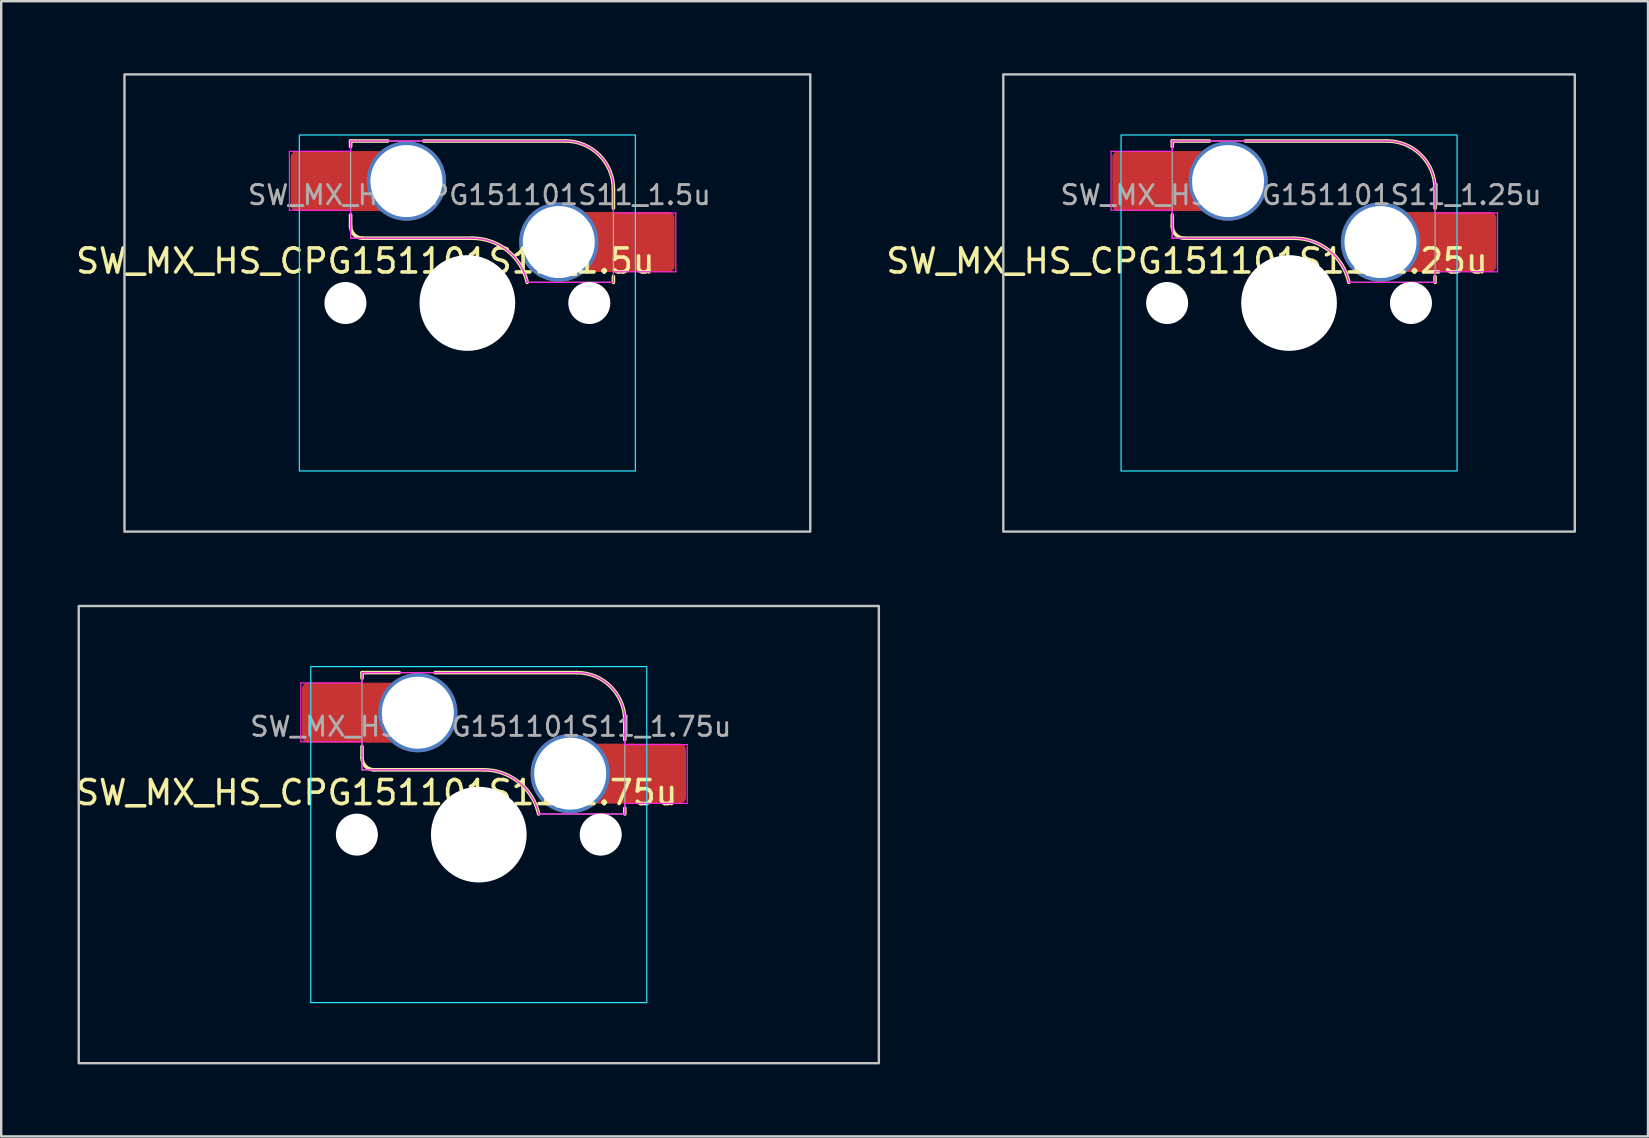
<source format=kicad_pcb>
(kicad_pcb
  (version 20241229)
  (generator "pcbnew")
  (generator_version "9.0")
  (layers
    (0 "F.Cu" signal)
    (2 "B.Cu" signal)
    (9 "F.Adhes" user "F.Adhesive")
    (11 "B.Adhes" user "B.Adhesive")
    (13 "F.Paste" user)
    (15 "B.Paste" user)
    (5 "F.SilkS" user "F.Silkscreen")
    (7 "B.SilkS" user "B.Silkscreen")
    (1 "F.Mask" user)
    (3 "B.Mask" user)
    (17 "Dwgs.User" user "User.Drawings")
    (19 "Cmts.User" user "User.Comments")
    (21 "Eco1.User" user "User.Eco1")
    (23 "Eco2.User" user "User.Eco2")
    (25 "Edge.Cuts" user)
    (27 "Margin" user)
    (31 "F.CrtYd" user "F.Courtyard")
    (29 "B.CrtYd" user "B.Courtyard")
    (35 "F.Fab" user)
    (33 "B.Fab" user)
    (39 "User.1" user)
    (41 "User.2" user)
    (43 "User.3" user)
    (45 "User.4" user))
  (footprint "SW_MX_HS_CPG151101S11_1.25u"
    (layer "F.Cu")
    (at 50.659 9.575)
    (property "Reference" "SW_MX_HS_CPG151101S11_1.25u" (at -4.25 -1.75 0) (layer "F.SilkS") (effects (font (size 1 1) (thickness 0.15))))
    (attr smd)
    (fp_line (start -4.865 -6.75) (end -4.865 -6.52) (stroke (width 0.15) (type solid)) (layer "F.SilkS"))
    (fp_line (start -4.865 -3.67) (end -4.865 -3.2) (stroke (width 0.15) (type solid)) (layer "F.SilkS"))
    (fp_line (start -4.365 -2.7) (end 0.2 -2.7) (stroke (width 0.15) (type solid)) (layer "F.SilkS"))
    (fp_line (start -3.315 -6.75) (end -4.865 -6.75) (stroke (width 0.15) (type solid)) (layer "F.SilkS"))
    (fp_line (start 4.085 -6.75) (end -1.815 -6.75) (stroke (width 0.15) (type solid)) (layer "F.SilkS"))
    (fp_line (start 6.085 -3.95) (end 6.085 -4.75) (stroke (width 0.15) (type solid)) (layer "F.SilkS"))
    (fp_line (start 6.085 -1.1) (end 6.085 -0.86) (stroke (width 0.15) (type solid)) (layer "F.SilkS"))
    (fp_arc (start -4.364824 -2.70022) (mid -4.718377 -2.846667) (end -4.864824 -3.20022) (stroke (width 0.15) (type solid)) (layer "F.SilkS"))
    (fp_arc (start 0.2 -2.70022) (mid 1.670693 -2.183637) (end 2.494322 -0.86022) (stroke (width 0.15) (type solid)) (layer "F.SilkS"))
    (fp_arc (start 4.085176 -6.75022) (mid 5.49939 -6.164434) (end 6.085176 -4.75022) (stroke (width 0.15) (type solid)) (layer "F.SilkS"))
    (fp_rect (start -11.906 -9.525) (end 11.906 9.525) (stroke (width 0.1) (type default)) (fill no) (layer "Dwgs.User"))
    (fp_line (start -7 -6.5) (end -7 6.5) (stroke (width 0.05) (type solid)) (layer "Eco2.User"))
    (fp_line (start -6.5 7) (end 6.5 7) (stroke (width 0.05) (type solid)) (layer "Eco2.User"))
    (fp_line (start 6.5 -7) (end -6.5 -7) (stroke (width 0.05) (type solid)) (layer "Eco2.User"))
    (fp_line (start 7 6.5) (end 7 -6.5) (stroke (width 0.05) (type solid)) (layer "Eco2.User"))
    (fp_arc (start -7 -6.5) (mid -6.853553 -6.853553) (end -6.5 -7) (stroke (width 0.05) (type solid)) (layer "Eco2.User"))
    (fp_arc (start -6.497236 6.998884) (mid -6.850789 6.852437) (end -6.997236 6.498884) (stroke (width 0.05) (type solid)) (layer "Eco2.User"))
    (fp_arc (start 6.5 -7) (mid 6.853553 -6.853553) (end 7 -6.5) (stroke (width 0.05) (type solid)) (layer "Eco2.User"))
    (fp_arc (start 7 6.5) (mid 6.853553 6.853553) (end 6.5 7) (stroke (width 0.05) (type solid)) (layer "Eco2.User"))
    (fp_rect (start -7 -7) (end 7 7) (stroke (width 0.05) (type default)) (fill no) (layer "B.CrtYd"))
    (fp_line (start -7.415 -6.32) (end -4.865 -6.32) (stroke (width 0.05) (type solid)) (layer "F.CrtYd"))
    (fp_line (start -7.415 -3.87) (end -7.415 -6.32) (stroke (width 0.05) (type solid)) (layer "F.CrtYd"))
    (fp_line (start -4.865 -6.75) (end -4.865 -6.32) (stroke (width 0.05) (type solid)) (layer "F.CrtYd"))
    (fp_line (start -4.865 -3.87) (end -7.415 -3.87) (stroke (width 0.05) (type solid)) (layer "F.CrtYd"))
    (fp_line (start -4.865 -3.87) (end -4.865 -2.7) (stroke (width 0.05) (type solid)) (layer "F.CrtYd"))
    (fp_line (start -4.865 -2.7) (end 0.2 -2.7) (stroke (width 0.05) (type solid)) (layer "F.CrtYd"))
    (fp_line (start 4.085 -6.75) (end -4.865 -6.75) (stroke (width 0.05) (type solid)) (layer "F.CrtYd"))
    (fp_line (start 6.085 -3.75) (end 6.085 -4.75) (stroke (width 0.05) (type solid)) (layer "F.CrtYd"))
    (fp_line (start 6.085 -3.75) (end 8.685 -3.75) (stroke (width 0.05) (type solid)) (layer "F.CrtYd"))
    (fp_line (start 6.085 -1.3) (end 6.085 -0.86) (stroke (width 0.05) (type solid)) (layer "F.CrtYd"))
    (fp_line (start 6.085 -0.86) (end 2.494 -0.86) (stroke (width 0.05) (type solid)) (layer "F.CrtYd"))
    (fp_line (start 8.685 -3.75) (end 8.685 -1.3) (stroke (width 0.05) (type solid)) (layer "F.CrtYd"))
    (fp_line (start 8.685 -1.3) (end 6.085 -1.3) (stroke (width 0.05) (type solid)) (layer "F.CrtYd"))
    (fp_arc (start 0.2 -2.70022) (mid 1.670503 -2.183399) (end 2.494322 -0.86022) (stroke (width 0.05) (type solid)) (layer "F.CrtYd"))
    (fp_arc (start 4.085176 -6.75022) (mid 5.49939 -6.164434) (end 6.085176 -4.75022) (stroke (width 0.05) (type solid)) (layer "F.CrtYd"))
    (fp_line (start -4.865 -6.75) (end -4.865 -2.7) (stroke (width 0.05) (type solid)) (layer "F.Fab"))
    (fp_line (start -4.865 -2.7) (end 0.2 -2.7) (stroke (width 0.05) (type solid)) (layer "F.Fab"))
    (fp_line (start 4.085 -6.75) (end -4.865 -6.75) (stroke (width 0.05) (type solid)) (layer "F.Fab"))
    (fp_line (start 6.085 -0.86) (end 2.494 -0.86) (stroke (width 0.05) (type solid)) (layer "F.Fab"))
    (fp_line (start 6.085 -0.86) (end 6.085 -4.75) (stroke (width 0.05) (type solid)) (layer "F.Fab"))
    (fp_arc (start 0.2 -2.70022) (mid 1.670503 -2.183399) (end 2.494322 -0.86022) (stroke (width 0.05) (type solid)) (layer "F.Fab"))
    (fp_arc (start 4.085176 -6.75022) (mid 5.49939 -6.164434) (end 6.085176 -4.75022) (stroke (width 0.05) (type solid)) (layer "F.Fab"))
    (fp_text user "${REFERENCE}" (at 0.5 -4.5 0) (layer "F.Fab") (effects (font (size 0.8 0.8) (thickness 0.12))))
    (pad "" np_thru_hole circle (at -5.08 0) (size 1.75 1.75) (drill 1.75) (layers "*.Cu" "*.Mask"))
    (pad "" np_thru_hole circle (at 0 0) (size 3.988 3.988) (drill 3.988) (layers "*.Cu" "*.Mask"))
    (pad "" np_thru_hole circle (at 5.08 0) (size 1.75 1.75) (drill 1.75) (layers "*.Cu" "*.Mask"))
    (pad "1" thru_hole circle (at 3.81 -2.54) (size 3.3 3.3) (drill 3) (property pad_prop_mechanical) (layers "*.Cu" "*.Mask"))
    (pad "1" smd rect (at 5.635 -2.54 180) (size 1.65 2.5) (layers "F.Cu"))
    (pad "1" smd roundrect (at 7.36 -2.54) (size 2.55 2.5) (layers "F.Cu" "F.Mask" "F.Paste") (roundrect_rratio 0.1))
    (pad "2" smd roundrect (at -6.09 -5.08) (size 2.55 2.5) (layers "F.Cu" "F.Mask" "F.Paste") (roundrect_rratio 0.1))
    (pad "2" smd rect (at -4.34 -5.08) (size 1.65 2.5) (layers "F.Cu"))
    (pad "2" thru_hole circle (at -2.54 -5.08) (size 3.3 3.3) (drill 3) (property pad_prop_mechanical) (layers "*.Cu" "*.Mask")))
  (footprint "SW_MX_HS_CPG151101S11_1.5u"
    (layer "F.Cu")
    (at 16.423 9.575)
    (property "Reference" "SW_MX_HS_CPG151101S11_1.5u" (at -4.25 -1.75 0) (layer "F.SilkS") (effects (font (size 1 1) (thickness 0.15))))
    (attr smd)
    (fp_line (start -4.865 -6.75) (end -4.865 -6.52) (stroke (width 0.15) (type solid)) (layer "F.SilkS"))
    (fp_line (start -4.865 -3.67) (end -4.865 -3.2) (stroke (width 0.15) (type solid)) (layer "F.SilkS"))
    (fp_line (start -4.365 -2.7) (end 0.2 -2.7) (stroke (width 0.15) (type solid)) (layer "F.SilkS"))
    (fp_line (start -3.315 -6.75) (end -4.865 -6.75) (stroke (width 0.15) (type solid)) (layer "F.SilkS"))
    (fp_line (start 4.085 -6.75) (end -1.815 -6.75) (stroke (width 0.15) (type solid)) (layer "F.SilkS"))
    (fp_line (start 6.085 -3.95) (end 6.085 -4.75) (stroke (width 0.15) (type solid)) (layer "F.SilkS"))
    (fp_line (start 6.085 -1.1) (end 6.085 -0.86) (stroke (width 0.15) (type solid)) (layer "F.SilkS"))
    (fp_arc (start -4.364824 -2.70022) (mid -4.718377 -2.846667) (end -4.864824 -3.20022) (stroke (width 0.15) (type solid)) (layer "F.SilkS"))
    (fp_arc (start 0.2 -2.70022) (mid 1.670693 -2.183637) (end 2.494322 -0.86022) (stroke (width 0.15) (type solid)) (layer "F.SilkS"))
    (fp_arc (start 4.085176 -6.75022) (mid 5.49939 -6.164434) (end 6.085176 -4.75022) (stroke (width 0.15) (type solid)) (layer "F.SilkS"))
    (fp_rect (start -14.287 -9.525) (end 14.287 9.525) (stroke (width 0.1) (type default)) (fill no) (layer "Dwgs.User"))
    (fp_line (start -7 -6.5) (end -7 6.5) (stroke (width 0.05) (type solid)) (layer "Eco2.User"))
    (fp_line (start -6.5 7) (end 6.5 7) (stroke (width 0.05) (type solid)) (layer "Eco2.User"))
    (fp_line (start 6.5 -7) (end -6.5 -7) (stroke (width 0.05) (type solid)) (layer "Eco2.User"))
    (fp_line (start 7 6.5) (end 7 -6.5) (stroke (width 0.05) (type solid)) (layer "Eco2.User"))
    (fp_arc (start -7 -6.5) (mid -6.853553 -6.853553) (end -6.5 -7) (stroke (width 0.05) (type solid)) (layer "Eco2.User"))
    (fp_arc (start -6.497236 6.998884) (mid -6.850789 6.852437) (end -6.997236 6.498884) (stroke (width 0.05) (type solid)) (layer "Eco2.User"))
    (fp_arc (start 6.5 -7) (mid 6.853553 -6.853553) (end 7 -6.5) (stroke (width 0.05) (type solid)) (layer "Eco2.User"))
    (fp_arc (start 7 6.5) (mid 6.853553 6.853553) (end 6.5 7) (stroke (width 0.05) (type solid)) (layer "Eco2.User"))
    (fp_rect (start -7 -7) (end 7 7) (stroke (width 0.05) (type default)) (fill no) (layer "B.CrtYd"))
    (fp_line (start -7.415 -6.32) (end -4.865 -6.32) (stroke (width 0.05) (type solid)) (layer "F.CrtYd"))
    (fp_line (start -7.415 -3.87) (end -7.415 -6.32) (stroke (width 0.05) (type solid)) (layer "F.CrtYd"))
    (fp_line (start -4.865 -6.75) (end -4.865 -6.32) (stroke (width 0.05) (type solid)) (layer "F.CrtYd"))
    (fp_line (start -4.865 -3.87) (end -7.415 -3.87) (stroke (width 0.05) (type solid)) (layer "F.CrtYd"))
    (fp_line (start -4.865 -3.87) (end -4.865 -2.7) (stroke (width 0.05) (type solid)) (layer "F.CrtYd"))
    (fp_line (start -4.865 -2.7) (end 0.2 -2.7) (stroke (width 0.05) (type solid)) (layer "F.CrtYd"))
    (fp_line (start 4.085 -6.75) (end -4.865 -6.75) (stroke (width 0.05) (type solid)) (layer "F.CrtYd"))
    (fp_line (start 6.085 -3.75) (end 6.085 -4.75) (stroke (width 0.05) (type solid)) (layer "F.CrtYd"))
    (fp_line (start 6.085 -3.75) (end 8.685 -3.75) (stroke (width 0.05) (type solid)) (layer "F.CrtYd"))
    (fp_line (start 6.085 -1.3) (end 6.085 -0.86) (stroke (width 0.05) (type solid)) (layer "F.CrtYd"))
    (fp_line (start 6.085 -0.86) (end 2.494 -0.86) (stroke (width 0.05) (type solid)) (layer "F.CrtYd"))
    (fp_line (start 8.685 -3.75) (end 8.685 -1.3) (stroke (width 0.05) (type solid)) (layer "F.CrtYd"))
    (fp_line (start 8.685 -1.3) (end 6.085 -1.3) (stroke (width 0.05) (type solid)) (layer "F.CrtYd"))
    (fp_arc (start 0.2 -2.70022) (mid 1.670503 -2.183399) (end 2.494322 -0.86022) (stroke (width 0.05) (type solid)) (layer "F.CrtYd"))
    (fp_arc (start 4.085176 -6.75022) (mid 5.49939 -6.164434) (end 6.085176 -4.75022) (stroke (width 0.05) (type solid)) (layer "F.CrtYd"))
    (fp_line (start -4.865 -6.75) (end -4.865 -2.7) (stroke (width 0.05) (type solid)) (layer "F.Fab"))
    (fp_line (start -4.865 -2.7) (end 0.2 -2.7) (stroke (width 0.05) (type solid)) (layer "F.Fab"))
    (fp_line (start 4.085 -6.75) (end -4.865 -6.75) (stroke (width 0.05) (type solid)) (layer "F.Fab"))
    (fp_line (start 6.085 -0.86) (end 2.494 -0.86) (stroke (width 0.05) (type solid)) (layer "F.Fab"))
    (fp_line (start 6.085 -0.86) (end 6.085 -4.75) (stroke (width 0.05) (type solid)) (layer "F.Fab"))
    (fp_arc (start 0.2 -2.70022) (mid 1.670503 -2.183399) (end 2.494322 -0.86022) (stroke (width 0.05) (type solid)) (layer "F.Fab"))
    (fp_arc (start 4.085176 -6.75022) (mid 5.49939 -6.164434) (end 6.085176 -4.75022) (stroke (width 0.05) (type solid)) (layer "F.Fab"))
    (fp_text user "${REFERENCE}" (at 0.5 -4.5 0) (layer "F.Fab") (effects (font (size 0.8 0.8) (thickness 0.12))))
    (pad "" np_thru_hole circle (at -5.08 0) (size 1.75 1.75) (drill 1.75) (layers "*.Cu" "*.Mask"))
    (pad "" np_thru_hole circle (at 0 0) (size 3.988 3.988) (drill 3.988) (layers "*.Cu" "*.Mask"))
    (pad "" np_thru_hole circle (at 5.08 0) (size 1.75 1.75) (drill 1.75) (layers "*.Cu" "*.Mask"))
    (pad "1" thru_hole circle (at 3.81 -2.54) (size 3.3 3.3) (drill 3) (property pad_prop_mechanical) (layers "*.Cu" "*.Mask"))
    (pad "1" smd rect (at 5.635 -2.54 180) (size 1.65 2.5) (layers "F.Cu"))
    (pad "1" smd roundrect (at 7.36 -2.54) (size 2.55 2.5) (layers "F.Cu" "F.Mask" "F.Paste") (roundrect_rratio 0.1))
    (pad "2" smd roundrect (at -6.09 -5.08) (size 2.55 2.5) (layers "F.Cu" "F.Mask" "F.Paste") (roundrect_rratio 0.1))
    (pad "2" smd rect (at -4.34 -5.08) (size 1.65 2.5) (layers "F.Cu"))
    (pad "2" thru_hole circle (at -2.54 -5.08) (size 3.3 3.3) (drill 3) (property pad_prop_mechanical) (layers "*.Cu" "*.Mask")))
  (footprint "SW_MX_HS_CPG151101S11_1.75u"
    (layer "F.Cu")
    (at 16.899 31.725)
    (property "Reference" "SW_MX_HS_CPG151101S11_1.75u" (at -4.25 -1.75 0) (layer "F.SilkS") (effects (font (size 1 1) (thickness 0.15))))
    (attr smd)
    (fp_line (start -4.865 -6.75) (end -4.865 -6.52) (stroke (width 0.15) (type solid)) (layer "F.SilkS"))
    (fp_line (start -4.865 -3.67) (end -4.865 -3.2) (stroke (width 0.15) (type solid)) (layer "F.SilkS"))
    (fp_line (start -4.365 -2.7) (end 0.2 -2.7) (stroke (width 0.15) (type solid)) (layer "F.SilkS"))
    (fp_line (start -3.315 -6.75) (end -4.865 -6.75) (stroke (width 0.15) (type solid)) (layer "F.SilkS"))
    (fp_line (start 4.085 -6.75) (end -1.815 -6.75) (stroke (width 0.15) (type solid)) (layer "F.SilkS"))
    (fp_line (start 6.085 -3.95) (end 6.085 -4.75) (stroke (width 0.15) (type solid)) (layer "F.SilkS"))
    (fp_line (start 6.085 -1.1) (end 6.085 -0.86) (stroke (width 0.15) (type solid)) (layer "F.SilkS"))
    (fp_arc (start -4.364824 -2.70022) (mid -4.718377 -2.846667) (end -4.864824 -3.20022) (stroke (width 0.15) (type solid)) (layer "F.SilkS"))
    (fp_arc (start 0.2 -2.70022) (mid 1.670693 -2.183637) (end 2.494322 -0.86022) (stroke (width 0.15) (type solid)) (layer "F.SilkS"))
    (fp_arc (start 4.085176 -6.75022) (mid 5.49939 -6.164434) (end 6.085176 -4.75022) (stroke (width 0.15) (type solid)) (layer "F.SilkS"))
    (fp_rect (start -16.669 -9.525) (end 16.669 9.525) (stroke (width 0.1) (type default)) (fill no) (layer "Dwgs.User"))
    (fp_line (start -7 -6.5) (end -7 6.5) (stroke (width 0.05) (type solid)) (layer "Eco2.User"))
    (fp_line (start -6.5 7) (end 6.5 7) (stroke (width 0.05) (type solid)) (layer "Eco2.User"))
    (fp_line (start 6.5 -7) (end -6.5 -7) (stroke (width 0.05) (type solid)) (layer "Eco2.User"))
    (fp_line (start 7 6.5) (end 7 -6.5) (stroke (width 0.05) (type solid)) (layer "Eco2.User"))
    (fp_arc (start -7 -6.5) (mid -6.853553 -6.853553) (end -6.5 -7) (stroke (width 0.05) (type solid)) (layer "Eco2.User"))
    (fp_arc (start -6.497236 6.998884) (mid -6.850789 6.852437) (end -6.997236 6.498884) (stroke (width 0.05) (type solid)) (layer "Eco2.User"))
    (fp_arc (start 6.5 -7) (mid 6.853553 -6.853553) (end 7 -6.5) (stroke (width 0.05) (type solid)) (layer "Eco2.User"))
    (fp_arc (start 7 6.5) (mid 6.853553 6.853553) (end 6.5 7) (stroke (width 0.05) (type solid)) (layer "Eco2.User"))
    (fp_rect (start -7 -7) (end 7 7) (stroke (width 0.05) (type default)) (fill no) (layer "B.CrtYd"))
    (fp_line (start -7.415 -6.32) (end -4.865 -6.32) (stroke (width 0.05) (type solid)) (layer "F.CrtYd"))
    (fp_line (start -7.415 -3.87) (end -7.415 -6.32) (stroke (width 0.05) (type solid)) (layer "F.CrtYd"))
    (fp_line (start -4.865 -6.75) (end -4.865 -6.32) (stroke (width 0.05) (type solid)) (layer "F.CrtYd"))
    (fp_line (start -4.865 -3.87) (end -7.415 -3.87) (stroke (width 0.05) (type solid)) (layer "F.CrtYd"))
    (fp_line (start -4.865 -3.87) (end -4.865 -2.7) (stroke (width 0.05) (type solid)) (layer "F.CrtYd"))
    (fp_line (start -4.865 -2.7) (end 0.2 -2.7) (stroke (width 0.05) (type solid)) (layer "F.CrtYd"))
    (fp_line (start 4.085 -6.75) (end -4.865 -6.75) (stroke (width 0.05) (type solid)) (layer "F.CrtYd"))
    (fp_line (start 6.085 -3.75) (end 6.085 -4.75) (stroke (width 0.05) (type solid)) (layer "F.CrtYd"))
    (fp_line (start 6.085 -3.75) (end 8.685 -3.75) (stroke (width 0.05) (type solid)) (layer "F.CrtYd"))
    (fp_line (start 6.085 -1.3) (end 6.085 -0.86) (stroke (width 0.05) (type solid)) (layer "F.CrtYd"))
    (fp_line (start 6.085 -0.86) (end 2.494 -0.86) (stroke (width 0.05) (type solid)) (layer "F.CrtYd"))
    (fp_line (start 8.685 -3.75) (end 8.685 -1.3) (stroke (width 0.05) (type solid)) (layer "F.CrtYd"))
    (fp_line (start 8.685 -1.3) (end 6.085 -1.3) (stroke (width 0.05) (type solid)) (layer "F.CrtYd"))
    (fp_arc (start 0.2 -2.70022) (mid 1.670503 -2.183399) (end 2.494322 -0.86022) (stroke (width 0.05) (type solid)) (layer "F.CrtYd"))
    (fp_arc (start 4.085176 -6.75022) (mid 5.49939 -6.164434) (end 6.085176 -4.75022) (stroke (width 0.05) (type solid)) (layer "F.CrtYd"))
    (fp_line (start -4.865 -6.75) (end -4.865 -2.7) (stroke (width 0.05) (type solid)) (layer "F.Fab"))
    (fp_line (start -4.865 -2.7) (end 0.2 -2.7) (stroke (width 0.05) (type solid)) (layer "F.Fab"))
    (fp_line (start 4.085 -6.75) (end -4.865 -6.75) (stroke (width 0.05) (type solid)) (layer "F.Fab"))
    (fp_line (start 6.085 -0.86) (end 2.494 -0.86) (stroke (width 0.05) (type solid)) (layer "F.Fab"))
    (fp_line (start 6.085 -0.86) (end 6.085 -4.75) (stroke (width 0.05) (type solid)) (layer "F.Fab"))
    (fp_arc (start 0.2 -2.70022) (mid 1.670503 -2.183399) (end 2.494322 -0.86022) (stroke (width 0.05) (type solid)) (layer "F.Fab"))
    (fp_arc (start 4.085176 -6.75022) (mid 5.49939 -6.164434) (end 6.085176 -4.75022) (stroke (width 0.05) (type solid)) (layer "F.Fab"))
    (fp_text user "${REFERENCE}" (at 0.5 -4.5 0) (layer "F.Fab") (effects (font (size 0.8 0.8) (thickness 0.12))))
    (pad "" np_thru_hole circle (at -5.08 0) (size 1.75 1.75) (drill 1.75) (layers "*.Cu" "*.Mask"))
    (pad "" np_thru_hole circle (at 0 0) (size 3.988 3.988) (drill 3.988) (layers "*.Cu" "*.Mask"))
    (pad "" np_thru_hole circle (at 5.08 0) (size 1.75 1.75) (drill 1.75) (layers "*.Cu" "*.Mask"))
    (pad "1" thru_hole circle (at 3.81 -2.54) (size 3.3 3.3) (drill 3) (property pad_prop_mechanical) (layers "*.Cu" "*.Mask"))
    (pad "1" smd rect (at 5.635 -2.54 180) (size 1.65 2.5) (layers "F.Cu"))
    (pad "1" smd roundrect (at 7.36 -2.54) (size 2.55 2.5) (layers "F.Cu" "F.Mask" "F.Paste") (roundrect_rratio 0.1))
    (pad "2" smd roundrect (at -6.09 -5.08) (size 2.55 2.5) (layers "F.Cu" "F.Mask" "F.Paste") (roundrect_rratio 0.1))
    (pad "2" smd rect (at -4.34 -5.08) (size 1.65 2.5) (layers "F.Cu"))
    (pad "2" thru_hole circle (at -2.54 -5.08) (size 3.3 3.3) (drill 3) (property pad_prop_mechanical) (layers "*.Cu" "*.Mask")))
  (gr_rect
    (start -3 -3)
    (end 65.615 44.3)
    (stroke (width 0.1) (type default))
    (fill no)
    (layer "Edge.Cuts")))
</source>
